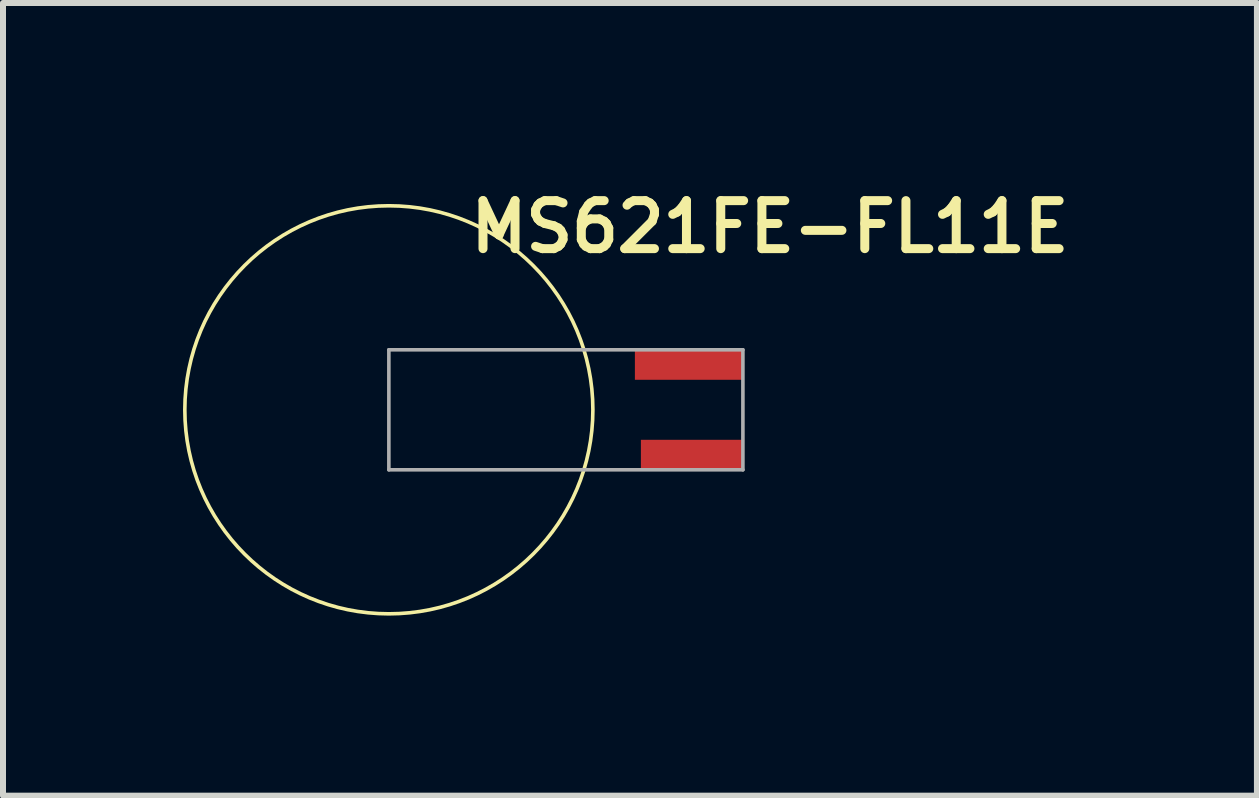
<source format=kicad_pcb>
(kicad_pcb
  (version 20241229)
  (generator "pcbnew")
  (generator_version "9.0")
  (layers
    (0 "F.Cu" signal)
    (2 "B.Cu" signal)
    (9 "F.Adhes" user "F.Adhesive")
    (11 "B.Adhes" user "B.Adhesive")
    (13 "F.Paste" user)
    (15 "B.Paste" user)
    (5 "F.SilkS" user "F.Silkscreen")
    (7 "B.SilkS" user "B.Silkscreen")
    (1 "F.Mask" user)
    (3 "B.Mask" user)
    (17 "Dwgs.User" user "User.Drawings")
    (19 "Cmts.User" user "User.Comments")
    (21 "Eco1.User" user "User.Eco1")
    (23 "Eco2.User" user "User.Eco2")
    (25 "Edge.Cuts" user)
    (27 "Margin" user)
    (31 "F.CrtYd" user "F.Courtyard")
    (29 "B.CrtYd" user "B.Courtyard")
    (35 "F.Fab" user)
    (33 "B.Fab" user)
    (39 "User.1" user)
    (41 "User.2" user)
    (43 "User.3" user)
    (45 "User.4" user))
  (footprint "MS621FE-FL11E"
    (layer "F.Cu")
    (at 3.43 3.779)
    (property "Reference" "MS621FE-FL11E" (at 6.35 -3.048 0) (layer "F.SilkS") (effects (font (size 0.8 0.8) (thickness 0.15))))
    (attr smd)
    (fp_circle (center 0 0) (end 3.4 0) (stroke (width 0.06) (type solid)) (fill no) (layer "F.SilkS"))
    (fp_line (start 0 -1) (end 0 1) (stroke (width 0.06) (type solid)) (layer "F.Fab"))
    (fp_line (start 0 1) (end 5.9 1) (stroke (width 0.06) (type solid)) (layer "F.Fab"))
    (fp_line (start 5.9 -1) (end 0 -1) (stroke (width 0.06) (type solid)) (layer "F.Fab"))
    (fp_line (start 5.9 1) (end 5.9 -1) (stroke (width 0.06) (type solid)) (layer "F.Fab"))
    (pad "+" smd rect (at 5 -0.75) (size 1.8 0.5) (layers "F.Cu" "F.Mask" "F.Paste"))
    (pad "-" smd rect (at 5.05 0.75) (size 1.7 0.5) (layers "F.Cu" "F.Mask" "F.Paste")))
  (gr_rect
    (start -3 -3)
    (end 17.896 10.209)
    (stroke (width 0.1) (type default))
    (fill no)
    (layer "Edge.Cuts")))
</source>
